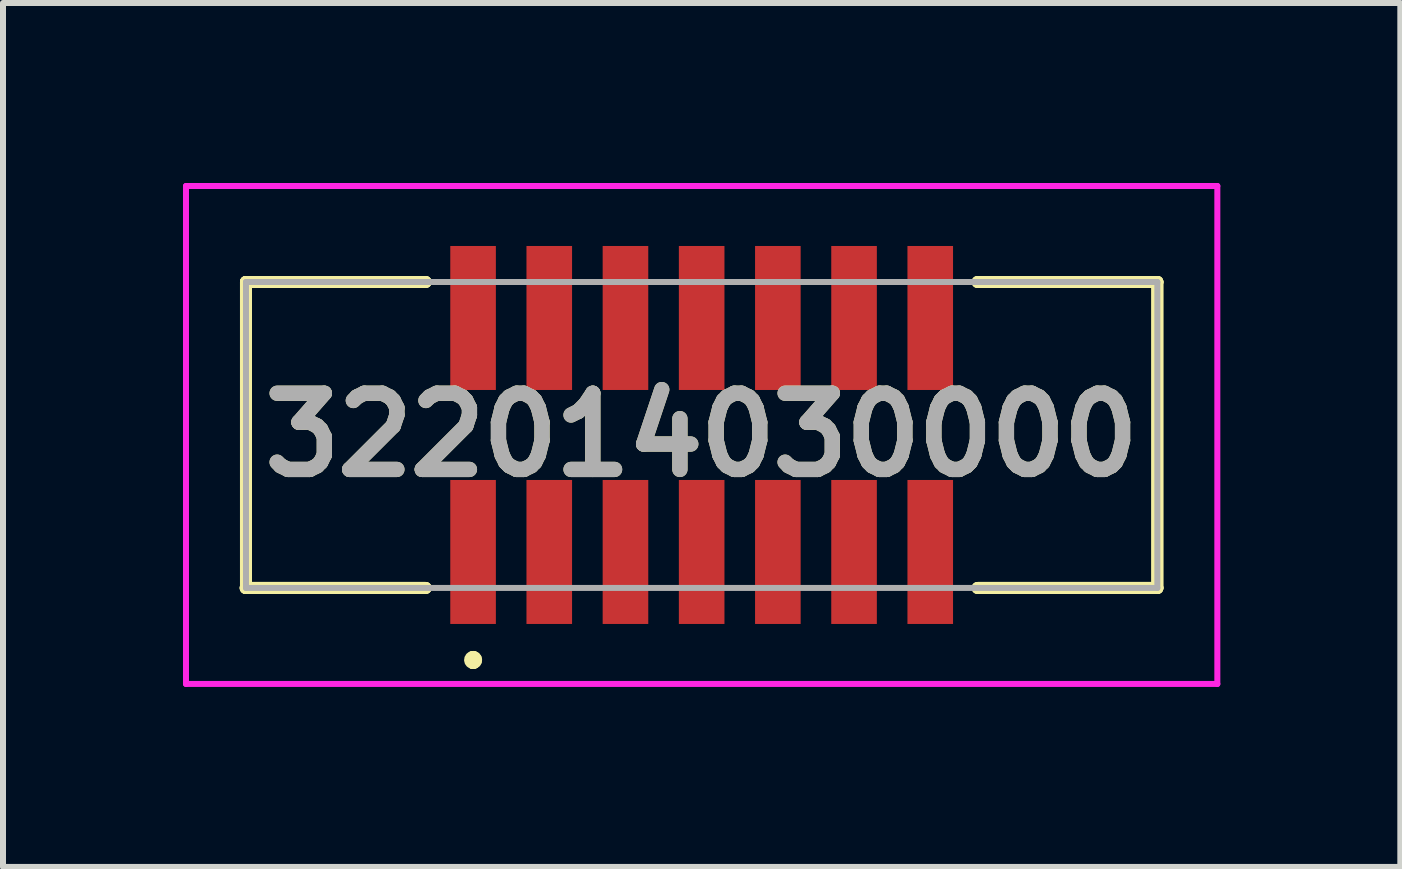
<source format=kicad_pcb>
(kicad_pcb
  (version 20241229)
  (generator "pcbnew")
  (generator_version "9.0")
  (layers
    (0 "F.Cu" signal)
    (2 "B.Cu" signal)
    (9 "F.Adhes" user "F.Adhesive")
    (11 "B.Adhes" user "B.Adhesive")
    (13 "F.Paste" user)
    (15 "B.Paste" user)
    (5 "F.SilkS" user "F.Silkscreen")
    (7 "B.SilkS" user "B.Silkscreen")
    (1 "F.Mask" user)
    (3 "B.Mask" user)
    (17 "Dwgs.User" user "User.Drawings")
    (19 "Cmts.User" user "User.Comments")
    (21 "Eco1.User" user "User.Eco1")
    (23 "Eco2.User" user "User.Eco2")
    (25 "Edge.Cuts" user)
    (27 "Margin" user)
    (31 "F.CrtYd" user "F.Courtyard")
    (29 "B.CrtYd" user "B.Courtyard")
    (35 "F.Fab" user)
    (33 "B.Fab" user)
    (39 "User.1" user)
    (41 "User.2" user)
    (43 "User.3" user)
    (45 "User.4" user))
  (footprint "322014030000"
    (layer "F.Cu")
    (at 8.645 4.2)
    (property "Reference" "322014030000" (at 0 0 0) (layer "F.SilkS") (effects (font (size 1.27 1.27) (thickness 0.254))))
    (attr smd)
    (fp_line (start -7.6 2.55) (end -7.6 2.55) (stroke (width 0.2) (type solid)) (layer "F.SilkS"))
    (fp_line (start -7.6 2.55) (end -4.6 2.55) (stroke (width 0.2) (type solid)) (layer "F.SilkS"))
    (fp_line (start -7.595 -2.55) (end -7.595 -2.55) (stroke (width 0.2) (type solid)) (layer "F.SilkS"))
    (fp_line (start -7.595 -2.55) (end -7.595 -2.55) (stroke (width 0.2) (type solid)) (layer "F.SilkS"))
    (fp_line (start -7.595 -2.55) (end -7.595 2.55) (stroke (width 0.2) (type solid)) (layer "F.SilkS"))
    (fp_line (start -7.595 -2.55) (end -4.6 -2.55) (stroke (width 0.2) (type solid)) (layer "F.SilkS"))
    (fp_line (start -7.595 2.55) (end -7.595 -2.55) (stroke (width 0.2) (type solid)) (layer "F.SilkS"))
    (fp_line (start -7.595 2.55) (end -7.595 2.55) (stroke (width 0.2) (type solid)) (layer "F.SilkS"))
    (fp_line (start -4.6 -2.55) (end -7.595 -2.55) (stroke (width 0.2) (type solid)) (layer "F.SilkS"))
    (fp_line (start -4.6 -2.55) (end -4.6 -2.55) (stroke (width 0.2) (type solid)) (layer "F.SilkS"))
    (fp_line (start -4.6 2.55) (end -7.6 2.55) (stroke (width 0.2) (type solid)) (layer "F.SilkS"))
    (fp_line (start -4.6 2.55) (end -4.6 2.55) (stroke (width 0.2) (type solid)) (layer "F.SilkS"))
    (fp_line (start -3.81 3.7) (end -3.81 3.7) (stroke (width 0.2) (type solid)) (layer "F.SilkS"))
    (fp_line (start -3.81 3.8) (end -3.81 3.8) (stroke (width 0.2) (type solid)) (layer "F.SilkS"))
    (fp_line (start -3.81 3.8) (end -3.81 3.8) (stroke (width 0.2) (type solid)) (layer "F.SilkS"))
    (fp_line (start 4.6 -2.55) (end 4.6 -2.55) (stroke (width 0.2) (type solid)) (layer "F.SilkS"))
    (fp_line (start 4.6 -2.55) (end 7.595 -2.55) (stroke (width 0.2) (type solid)) (layer "F.SilkS"))
    (fp_line (start 4.6 2.55) (end 4.6 2.55) (stroke (width 0.2) (type solid)) (layer "F.SilkS"))
    (fp_line (start 4.6 2.55) (end 7.595 2.55) (stroke (width 0.2) (type solid)) (layer "F.SilkS"))
    (fp_line (start 7.595 -2.55) (end 4.6 -2.55) (stroke (width 0.2) (type solid)) (layer "F.SilkS"))
    (fp_line (start 7.595 -2.55) (end 7.595 -2.55) (stroke (width 0.2) (type solid)) (layer "F.SilkS"))
    (fp_line (start 7.595 -2.55) (end 7.595 -2.55) (stroke (width 0.2) (type solid)) (layer "F.SilkS"))
    (fp_line (start 7.595 -2.55) (end 7.595 2.55) (stroke (width 0.2) (type solid)) (layer "F.SilkS"))
    (fp_line (start 7.595 2.55) (end 4.6 2.55) (stroke (width 0.2) (type solid)) (layer "F.SilkS"))
    (fp_line (start 7.595 2.55) (end 7.595 -2.55) (stroke (width 0.2) (type solid)) (layer "F.SilkS"))
    (fp_line (start 7.595 2.55) (end 7.595 2.55) (stroke (width 0.2) (type solid)) (layer "F.SilkS"))
    (fp_line (start 7.595 2.55) (end 7.595 2.55) (stroke (width 0.2) (type solid)) (layer "F.SilkS"))
    (fp_arc (start -3.81 3.7) (mid -3.76 3.75) (end -3.81 3.8) (stroke (width 0.2) (type solid)) (layer "F.SilkS"))
    (fp_arc (start -3.81 3.7) (mid -3.76 3.75) (end -3.81 3.8) (stroke (width 0.2) (type solid)) (layer "F.SilkS"))
    (fp_arc (start -3.81 3.8) (mid -3.86 3.75) (end -3.81 3.7) (stroke (width 0.2) (type solid)) (layer "F.SilkS"))
    (fp_line (start -8.595 -4.15) (end 8.595 -4.15) (stroke (width 0.1) (type solid)) (layer "F.CrtYd"))
    (fp_line (start -8.595 4.15) (end -8.595 -4.15) (stroke (width 0.1) (type solid)) (layer "F.CrtYd"))
    (fp_line (start 8.595 -4.15) (end 8.595 4.15) (stroke (width 0.1) (type solid)) (layer "F.CrtYd"))
    (fp_line (start 8.595 4.15) (end -8.595 4.15) (stroke (width 0.1) (type solid)) (layer "F.CrtYd"))
    (fp_line (start -7.595 -2.55) (end 7.595 -2.55) (stroke (width 0.1) (type solid)) (layer "F.Fab"))
    (fp_line (start -7.595 2.55) (end -7.595 -2.55) (stroke (width 0.1) (type solid)) (layer "F.Fab"))
    (fp_line (start 7.595 -2.55) (end 7.595 2.55) (stroke (width 0.1) (type solid)) (layer "F.Fab"))
    (fp_line (start 7.595 2.55) (end -7.595 2.55) (stroke (width 0.1) (type solid)) (layer "F.Fab"))
    (fp_text user "${REFERENCE}" (at 0 0 0) (layer "F.Fab") (effects (font (size 1.27 1.27) (thickness 0.254))))
    (pad "1" smd rect (at -3.81 1.95) (size 0.76 2.4) (layers "F.Cu" "F.Mask" "F.Paste"))
    (pad "2" smd rect (at -3.81 -1.95) (size 0.76 2.4) (layers "F.Cu" "F.Mask" "F.Paste"))
    (pad "3" smd rect (at -2.54 1.95) (size 0.76 2.4) (layers "F.Cu" "F.Mask" "F.Paste"))
    (pad "4" smd rect (at -2.54 -1.95) (size 0.76 2.4) (layers "F.Cu" "F.Mask" "F.Paste"))
    (pad "5" smd rect (at -1.27 1.95) (size 0.76 2.4) (layers "F.Cu" "F.Mask" "F.Paste"))
    (pad "6" smd rect (at -1.27 -1.95) (size 0.76 2.4) (layers "F.Cu" "F.Mask" "F.Paste"))
    (pad "7" smd rect (at 0 1.95) (size 0.76 2.4) (layers "F.Cu" "F.Mask" "F.Paste"))
    (pad "8" smd rect (at 0 -1.95) (size 0.76 2.4) (layers "F.Cu" "F.Mask" "F.Paste"))
    (pad "9" smd rect (at 1.27 1.95) (size 0.76 2.4) (layers "F.Cu" "F.Mask" "F.Paste"))
    (pad "10" smd rect (at 1.27 -1.95) (size 0.76 2.4) (layers "F.Cu" "F.Mask" "F.Paste"))
    (pad "11" smd rect (at 2.54 1.95) (size 0.76 2.4) (layers "F.Cu" "F.Mask" "F.Paste"))
    (pad "12" smd rect (at 2.54 -1.95) (size 0.76 2.4) (layers "F.Cu" "F.Mask" "F.Paste"))
    (pad "13" smd rect (at 3.81 1.95) (size 0.76 2.4) (layers "F.Cu" "F.Mask" "F.Paste"))
    (pad "14" smd rect (at 3.81 -1.95) (size 0.76 2.4) (layers "F.Cu" "F.Mask" "F.Paste")))
  (gr_rect
    (start -3 -3)
    (end 20.29 11.4)
    (stroke (width 0.1) (type default))
    (fill no)
    (layer "Edge.Cuts")))
</source>
